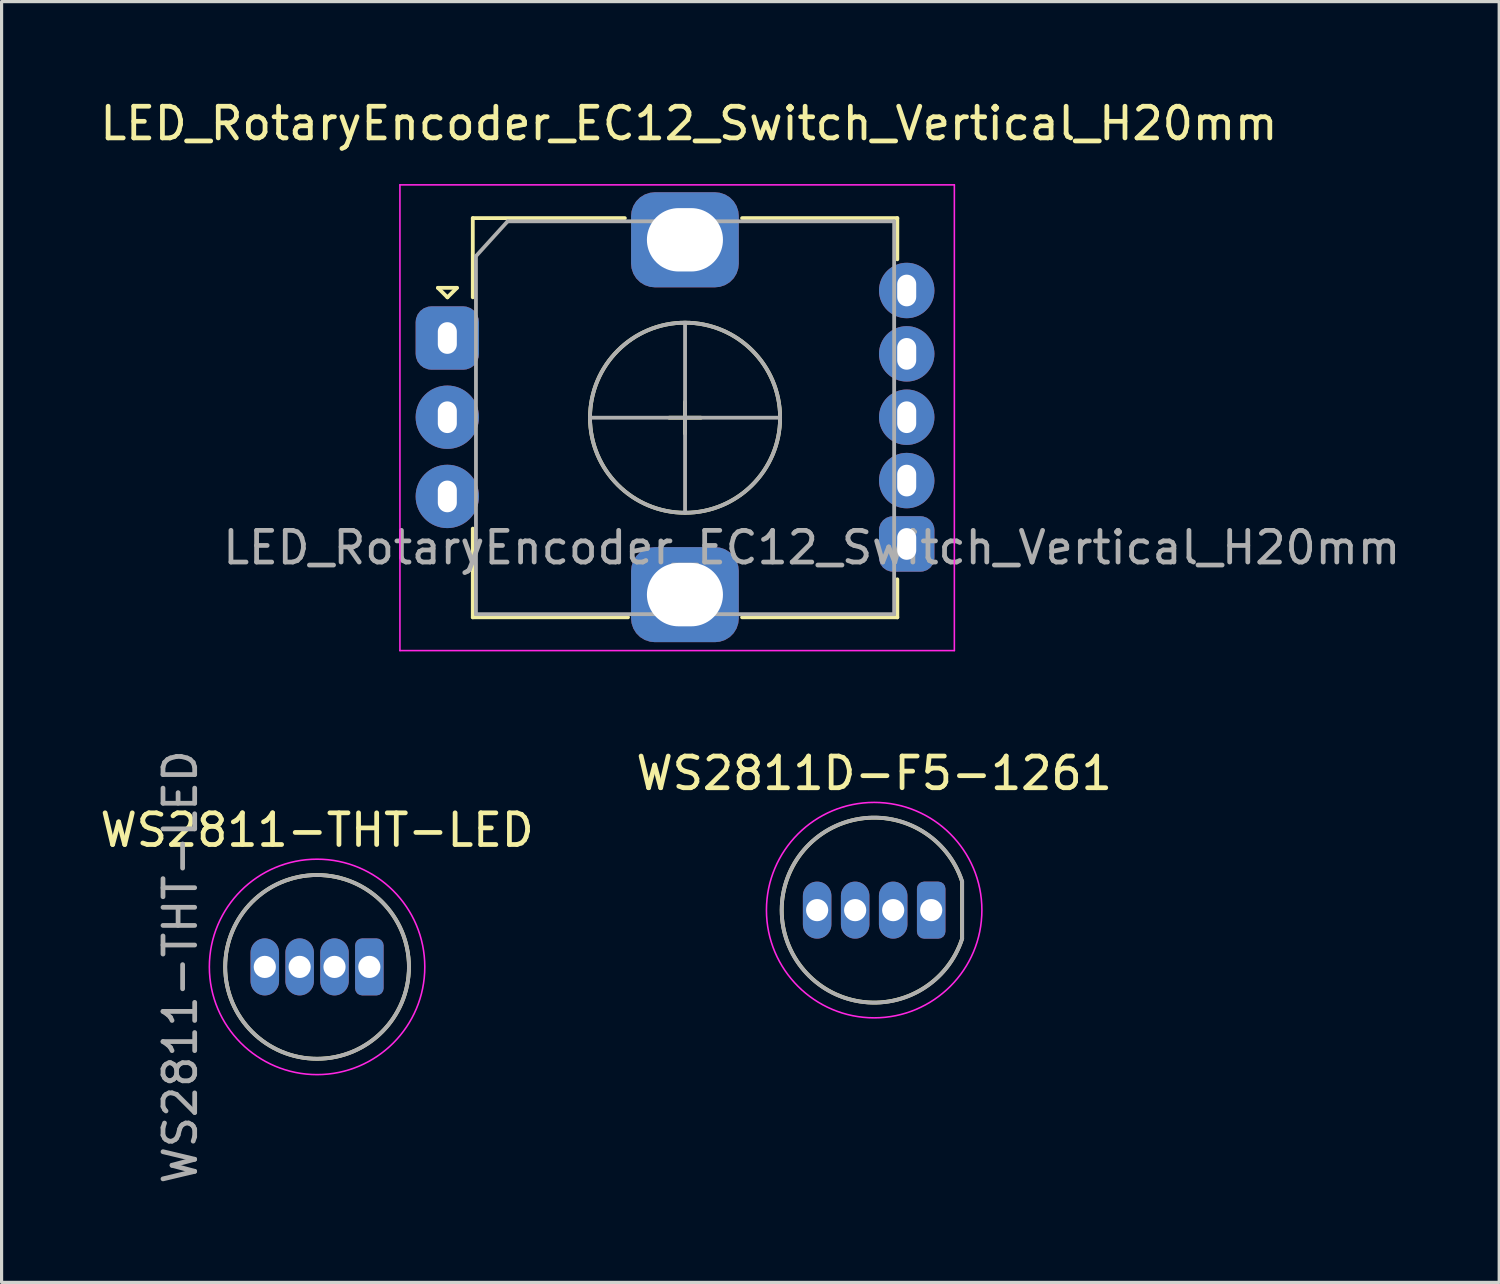
<source format=kicad_pcb>
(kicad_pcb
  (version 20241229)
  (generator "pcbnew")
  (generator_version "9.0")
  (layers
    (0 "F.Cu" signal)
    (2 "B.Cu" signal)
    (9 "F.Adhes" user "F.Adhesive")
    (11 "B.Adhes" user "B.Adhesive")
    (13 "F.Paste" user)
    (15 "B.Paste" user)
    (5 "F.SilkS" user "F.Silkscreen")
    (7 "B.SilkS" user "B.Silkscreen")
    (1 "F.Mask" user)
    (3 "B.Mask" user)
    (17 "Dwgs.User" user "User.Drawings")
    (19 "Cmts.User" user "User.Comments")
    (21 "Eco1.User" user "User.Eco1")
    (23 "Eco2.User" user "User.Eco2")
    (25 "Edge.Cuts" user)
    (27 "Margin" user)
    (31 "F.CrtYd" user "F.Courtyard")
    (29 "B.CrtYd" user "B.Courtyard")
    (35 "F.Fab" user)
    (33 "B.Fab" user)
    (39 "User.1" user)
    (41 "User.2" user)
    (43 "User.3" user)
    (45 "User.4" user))
  (footprint "LED_RotaryEncoder_EC12_Switch_Vertical_H20mm"
    (layer "F.Cu")
    (at 18.569 10.119)
    (property "Reference" "LED_RotaryEncoder_EC12_Switch_Vertical_H20mm" (at 0.127 -9.271 0) (layer "F.SilkS") (effects (font (size 1 1) (thickness 0.15))))
    (attr through_hole)
    (fp_line (start -7.796 -4.084) (end -7.196 -4.084) (stroke (width 0.12) (type solid)) (layer "F.SilkS"))
    (fp_line (start -7.496 -3.784) (end -7.796 -4.084) (stroke (width 0.12) (type solid)) (layer "F.SilkS"))
    (fp_line (start -7.196 -4.084) (end -7.496 -3.784) (stroke (width 0.12) (type solid)) (layer "F.SilkS"))
    (fp_line (start -6.696 -6.284) (end -6.696 -3.784) (stroke (width 0.12) (type solid)) (layer "F.SilkS"))
    (fp_line (start -6.696 6.316) (end -6.696 3.516) (stroke (width 0.12) (type solid)) (layer "F.SilkS"))
    (fp_line (start -1.896 -6.284) (end -6.696 -6.284) (stroke (width 0.12) (type solid)) (layer "F.SilkS"))
    (fp_line (start -1.796 6.316) (end -6.696 6.316) (stroke (width 0.12) (type solid)) (layer "F.SilkS"))
    (fp_line (start -0.496 0.016) (end 0.504 0.016) (stroke (width 0.12) (type solid)) (layer "F.SilkS"))
    (fp_line (start 0.004 -0.484) (end 0.004 0.516) (stroke (width 0.12) (type solid)) (layer "F.SilkS"))
    (fp_line (start 1.804 -6.284) (end 6.704 -6.284) (stroke (width 0.12) (type solid)) (layer "F.SilkS"))
    (fp_line (start 6.704 -6.284) (end 6.704 -4.984) (stroke (width 0.12) (type solid)) (layer "F.SilkS"))
    (fp_line (start 6.704 5.116) (end 6.704 6.316) (stroke (width 0.12) (type solid)) (layer "F.SilkS"))
    (fp_line (start 6.704 6.316) (end 1.804 6.316) (stroke (width 0.12) (type solid)) (layer "F.SilkS"))
    (fp_circle (center 0.004 0.016) (end 3.004 0.016) (stroke (width 0.12) (type solid)) (fill no) (layer "F.SilkS"))
    (fp_line (start -8.996 -7.334) (end -8.996 7.366) (stroke (width 0.05) (type solid)) (layer "F.CrtYd"))
    (fp_line (start -8.996 -7.334) (end 8.504 -7.334) (stroke (width 0.05) (type solid)) (layer "F.CrtYd"))
    (fp_line (start 8.504 7.366) (end -8.996 7.366) (stroke (width 0.05) (type solid)) (layer "F.CrtYd"))
    (fp_line (start 8.504 7.366) (end 8.504 -7.334) (stroke (width 0.05) (type solid)) (layer "F.CrtYd"))
    (fp_line (start -6.596 -5.084) (end -5.596 -6.184) (stroke (width 0.12) (type solid)) (layer "F.Fab"))
    (fp_line (start -6.596 6.216) (end -6.596 -5.084) (stroke (width 0.12) (type solid)) (layer "F.Fab"))
    (fp_line (start -5.596 -6.184) (end 6.604 -6.184) (stroke (width 0.12) (type solid)) (layer "F.Fab"))
    (fp_line (start -2.996 0.016) (end 3.004 0.016) (stroke (width 0.12) (type solid)) (layer "F.Fab"))
    (fp_line (start 0.004 -2.984) (end 0.004 3.016) (stroke (width 0.12) (type solid)) (layer "F.Fab"))
    (fp_line (start 6.604 -6.184) (end 6.604 6.216) (stroke (width 0.12) (type solid)) (layer "F.Fab"))
    (fp_line (start 6.604 6.216) (end -6.596 6.216) (stroke (width 0.12) (type solid)) (layer "F.Fab"))
    (fp_circle (center 0.004 0.016) (end 3.004 0.016) (stroke (width 0.12) (type solid)) (fill no) (layer "F.Fab"))
    (fp_text user "${REFERENCE}" (at 4.004 4.116 0) (layer "F.Fab") (effects (font (size 1 1) (thickness 0.15))))
    (pad "1" thru_hole roundrect (at 7 4) (size 1.75 1.75) (drill oval 0.6 1) (layers "*.Cu" "*.Mask") (roundrect_rratio 0.25))
    (pad "2" thru_hole circle (at 7 2) (size 1.75 1.75) (drill oval 0.6 1) (layers "*.Cu" "*.Mask"))
    (pad "3" thru_hole circle (at 7 0) (size 1.75 1.75) (drill oval 0.6 1) (layers "*.Cu" "*.Mask"))
    (pad "4" thru_hole circle (at 7 -2) (size 1.75 1.75) (drill oval 0.6 1) (layers "*.Cu" "*.Mask"))
    (pad "5" thru_hole circle (at 7 -4) (size 1.75 1.75) (drill oval 0.6 1) (layers "*.Cu" "*.Mask"))
    (pad "A" thru_hole roundrect (at -7.5 -2.5) (size 2 2) (drill oval 0.6 1) (layers "*.Cu" "*.Mask") (roundrect_rratio 0.25))
    (pad "B" thru_hole circle (at -7.5 2.5) (size 2 2) (drill oval 0.6 1) (layers "*.Cu" "*.Mask"))
    (pad "C" thru_hole circle (at -7.5 0) (size 2 2) (drill oval 0.6 1) (layers "*.Cu" "*.Mask"))
    (pad "MP" thru_hole roundrect (at 0 -5.6) (size 3.4 3) (drill oval 2.4 2) (layers "*.Cu" "*.Mask") (roundrect_rratio 0.25))
    (pad "MP" thru_hole roundrect (at 0 5.6) (size 3.4 3) (drill oval 2.4 2) (layers "*.Cu" "*.Mask") (roundrect_rratio 0.25)))
  (footprint "WS2811-THT-LED"
    (layer "F.Cu")
    (at 6.958 27.469)
    (property "Reference" "WS2811-THT-LED" (at 0 -4.318 0) (layer "F.SilkS") (effects (font (size 1 1) (thickness 0.15))))
    (attr through_hole)
    (fp_circle (center 0 0) (end 2.9 0) (stroke (width 0.12) (type solid)) (fill no) (layer "F.SilkS"))
    (fp_circle (center 0 0) (end 3.4 0) (stroke (width 0.05) (type solid)) (fill no) (layer "F.CrtYd"))
    (fp_circle (center 0 0) (end 2.9 0) (stroke (width 0.12) (type solid)) (fill no) (layer "F.Fab"))
    (fp_text user "${REFERENCE}" (at -4.318 0 90) (layer "F.Fab") (effects (font (size 1 1) (thickness 0.15))))
    (pad "1" thru_hole roundrect (at 1.65 0) (size 0.9 1.8) (drill 0.7) (layers "*.Cu" "*.Mask") (roundrect_rratio 0.25))
    (pad "2" thru_hole oval (at 0.55 0) (size 0.9 1.8) (drill 0.7) (layers "*.Cu" "*.Mask"))
    (pad "3" thru_hole oval (at -0.55 0) (size 0.9 1.8) (drill 0.7) (layers "*.Cu" "*.Mask"))
    (pad "4" thru_hole oval (at -1.65 0) (size 0.9 1.8) (drill 0.7) (layers "*.Cu" "*.Mask")))
  (footprint "WS2811D-F5-1261"
    (layer "F.Cu")
    (at 24.542 25.677)
    (property "Reference" "WS2811D-F5-1261" (at 0 -4.318 0) (layer "F.SilkS") (effects (font (size 1 1) (thickness 0.15))))
    (attr through_hole)
    (fp_line (start 2.776 0.9) (end 2.776 -0.9) (stroke (width 0.12) (type solid)) (layer "F.SilkS"))
    (fp_arc (start 2.775891 0.9) (mid -2.918145 0) (end 2.775891 -0.9) (stroke (width 0.12) (type solid)) (layer "F.SilkS"))
    (fp_circle (center 0 0) (end 3.4 0) (stroke (width 0.05) (type solid)) (fill no) (layer "F.CrtYd"))
    (fp_line (start 2.778 0.9) (end 2.778 -0.9) (stroke (width 0.12) (type solid)) (layer "F.Fab"))
    (fp_arc (start 2.778162 0.9) (mid -2.920305 0) (end 2.778162 -0.9) (stroke (width 0.12) (type solid)) (layer "F.Fab"))
    (pad "1" thru_hole roundrect (at 1.8 0) (size 0.9 1.8) (drill 0.7) (layers "*.Cu" "*.Mask") (roundrect_rratio 0.25))
    (pad "2" thru_hole oval (at 0.6 0) (size 0.9 1.8) (drill 0.7) (layers "*.Cu" "*.Mask"))
    (pad "3" thru_hole oval (at -0.6 0) (size 0.9 1.8) (drill 0.7) (layers "*.Cu" "*.Mask"))
    (pad "4" thru_hole oval (at -1.8 0) (size 0.9 1.8) (drill 0.7) (layers "*.Cu" "*.Mask")))
  (gr_rect
    (start -3 -3)
    (end 44.27 37.427)
    (stroke (width 0.1) (type default))
    (fill no)
    (layer "Edge.Cuts")))
</source>
